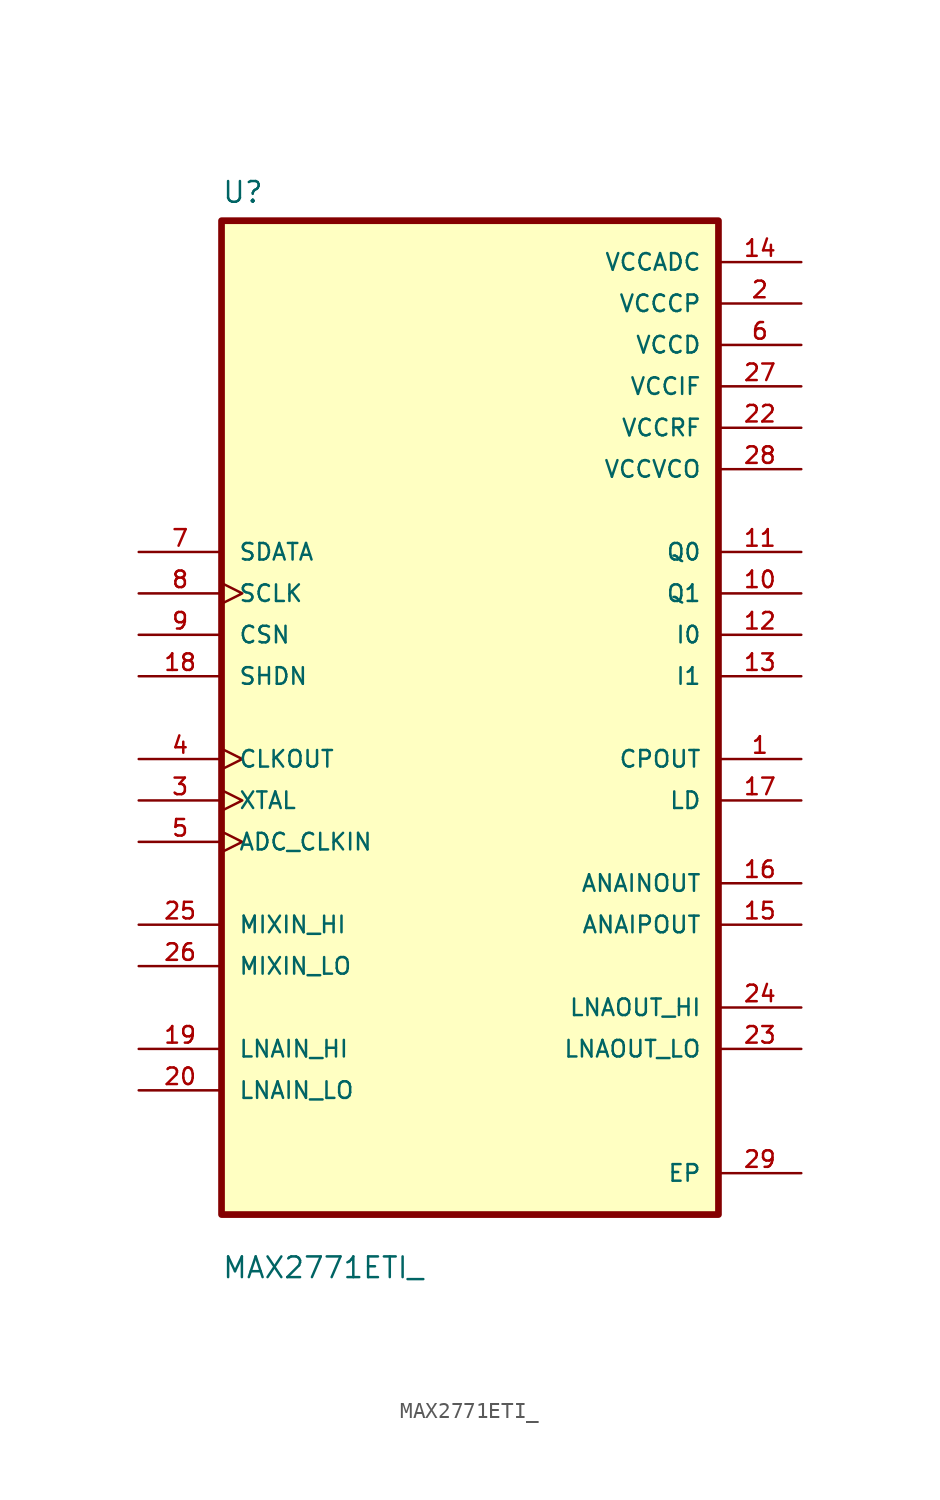
<source format=kicad_sym>
(kicad_symbol_lib
  (version 20211014)
  (generator kicad_symbol_editor)
  (symbol "MAX2771ETI_"
    (pin_names
      (offset 1.016))
    (property "Reference" "U"
      (at -15.24 31.48 0.0)
      (effects (font (size 1.27 1.27)) (justify bottom left)))
    (property "Value" "MAX2771ETI_"
      (at -15.24 -34.48 0.0)
      (effects (font (size 1.27 1.27)) (justify bottom left)))
    (symbol "MAX2771ETI__0_0"
      (rectangle (start -15.24 -30.48) (end 15.24 30.48) (stroke (width 0.41)) (fill (type background)))
      (pin input clock (at -20.32 -7.62 0) (length 5.08) (name "ADC_CLKIN" (effects (font (size 1.016 1.016)))) (number "5" (effects (font (size 1.016 1.016)))))
      (pin output clock (at -20.32 -2.54 0) (length 5.08) (name "CLKOUT" (effects (font (size 1.016 1.016)))) (number "4" (effects (font (size 1.016 1.016)))))
      (pin input line (at -20.32 5.08 0) (length 5.08) (name "CSN" (effects (font (size 1.016 1.016)))) (number "9" (effects (font (size 1.016 1.016)))))
      (pin input line (at -20.32 -20.32 0) (length 5.08) (name "LNAIN_HI" (effects (font (size 1.016 1.016)))) (number "19" (effects (font (size 1.016 1.016)))))
      (pin input line (at -20.32 -22.86 0) (length 5.08) (name "LNAIN_LO" (effects (font (size 1.016 1.016)))) (number "20" (effects (font (size 1.016 1.016)))))
      (pin input line (at -20.32 -12.7 0) (length 5.08) (name "MIXIN_HI" (effects (font (size 1.016 1.016)))) (number "25" (effects (font (size 1.016 1.016)))))
      (pin input line (at -20.32 -15.24 0) (length 5.08) (name "MIXIN_LO" (effects (font (size 1.016 1.016)))) (number "26" (effects (font (size 1.016 1.016)))))
      (pin input clock (at -20.32 7.62 0) (length 5.08) (name "SCLK" (effects (font (size 1.016 1.016)))) (number "8" (effects (font (size 1.016 1.016)))))
      (pin bidirectional line (at -20.32 10.16 0) (length 5.08) (name "SDATA" (effects (font (size 1.016 1.016)))) (number "7" (effects (font (size 1.016 1.016)))))
      (pin input line (at -20.32 2.54 0) (length 5.08) (name "SHDN" (effects (font (size 1.016 1.016)))) (number "18" (effects (font (size 1.016 1.016)))))
      (pin input clock (at -20.32 -5.08 0) (length 5.08) (name "XTAL" (effects (font (size 1.016 1.016)))) (number "3" (effects (font (size 1.016 1.016)))))
      (pin power_in line (at 20.32 -27.94 180.0) (length 5.08) (name "EP" (effects (font (size 1.016 1.016)))) (number "29" (effects (font (size 1.016 1.016)))))
      (pin power_in line (at 20.32 27.94 180.0) (length 5.08) (name "VCCADC" (effects (font (size 1.016 1.016)))) (number "14" (effects (font (size 1.016 1.016)))))
      (pin power_in line (at 20.32 25.4 180.0) (length 5.08) (name "VCCCP" (effects (font (size 1.016 1.016)))) (number "2" (effects (font (size 1.016 1.016)))))
      (pin power_in line (at 20.32 22.86 180.0) (length 5.08) (name "VCCD" (effects (font (size 1.016 1.016)))) (number "6" (effects (font (size 1.016 1.016)))))
      (pin power_in line (at 20.32 20.32 180.0) (length 5.08) (name "VCCIF" (effects (font (size 1.016 1.016)))) (number "27" (effects (font (size 1.016 1.016)))))
      (pin power_in line (at 20.32 17.78 180.0) (length 5.08) (name "VCCRF" (effects (font (size 1.016 1.016)))) (number "22" (effects (font (size 1.016 1.016)))))
      (pin power_in line (at 20.32 15.24 180.0) (length 5.08) (name "VCCVCO" (effects (font (size 1.016 1.016)))) (number "28" (effects (font (size 1.016 1.016)))))
      (pin output line (at 20.32 -10.16 180.0) (length 5.08) (name "ANAINOUT" (effects (font (size 1.016 1.016)))) (number "16" (effects (font (size 1.016 1.016)))))
      (pin output line (at 20.32 -12.7 180.0) (length 5.08) (name "ANAIPOUT" (effects (font (size 1.016 1.016)))) (number "15" (effects (font (size 1.016 1.016)))))
      (pin output line (at 20.32 -2.54 180.0) (length 5.08) (name "CPOUT" (effects (font (size 1.016 1.016)))) (number "1" (effects (font (size 1.016 1.016)))))
      (pin output line (at 20.32 5.08 180.0) (length 5.08) (name "I0" (effects (font (size 1.016 1.016)))) (number "12" (effects (font (size 1.016 1.016)))))
      (pin output line (at 20.32 2.54 180.0) (length 5.08) (name "I1" (effects (font (size 1.016 1.016)))) (number "13" (effects (font (size 1.016 1.016)))))
      (pin output line (at 20.32 -5.08 180.0) (length 5.08) (name "LD" (effects (font (size 1.016 1.016)))) (number "17" (effects (font (size 1.016 1.016)))))
      (pin output line (at 20.32 -17.78 180.0) (length 5.08) (name "LNAOUT_HI" (effects (font (size 1.016 1.016)))) (number "24" (effects (font (size 1.016 1.016)))))
      (pin output line (at 20.32 -20.32 180.0) (length 5.08) (name "LNAOUT_LO" (effects (font (size 1.016 1.016)))) (number "23" (effects (font (size 1.016 1.016)))))
      (pin output line (at 20.32 10.16 180.0) (length 5.08) (name "Q0" (effects (font (size 1.016 1.016)))) (number "11" (effects (font (size 1.016 1.016)))))
      (pin output line (at 20.32 7.62 180.0) (length 5.08) (name "Q1" (effects (font (size 1.016 1.016)))) (number "10" (effects (font (size 1.016 1.016))))))))
</source>
